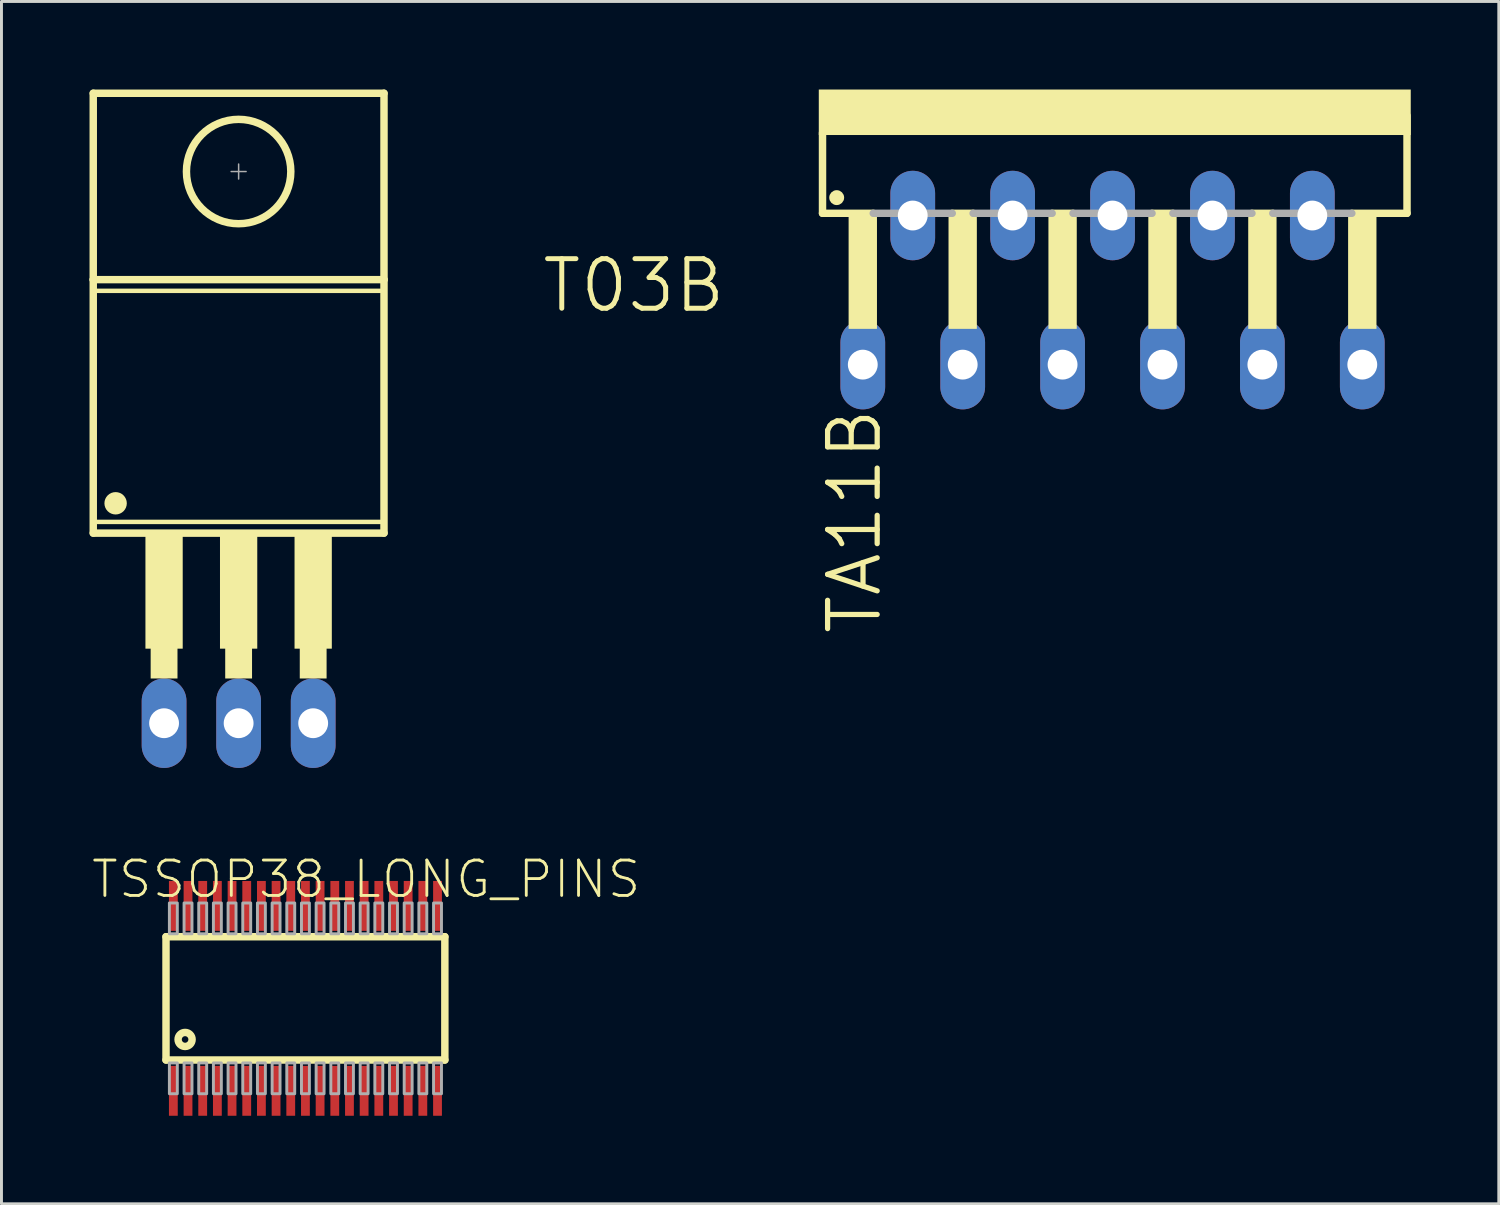
<source format=kicad_pcb>
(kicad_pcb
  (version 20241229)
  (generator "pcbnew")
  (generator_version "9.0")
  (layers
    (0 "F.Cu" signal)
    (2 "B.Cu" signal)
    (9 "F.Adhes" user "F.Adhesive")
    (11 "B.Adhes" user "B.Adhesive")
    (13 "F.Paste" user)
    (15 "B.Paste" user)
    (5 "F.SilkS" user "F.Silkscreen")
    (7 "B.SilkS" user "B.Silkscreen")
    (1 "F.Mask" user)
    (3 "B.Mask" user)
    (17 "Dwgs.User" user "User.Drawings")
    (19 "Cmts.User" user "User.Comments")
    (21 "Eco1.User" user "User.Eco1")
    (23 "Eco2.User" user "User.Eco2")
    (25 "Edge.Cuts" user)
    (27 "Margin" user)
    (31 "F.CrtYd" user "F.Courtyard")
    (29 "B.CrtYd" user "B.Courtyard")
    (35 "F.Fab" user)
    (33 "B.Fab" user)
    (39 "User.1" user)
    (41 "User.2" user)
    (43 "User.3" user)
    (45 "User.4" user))
  (footprint "TSSOP38_LONG_PINS"
    (layer "F.Cu")
    (at 7.356 30.964)
    (property "Reference" "TSSOP38_LONG_PINS" (at -7.356 -3.354 0) (layer "F.SilkS") (effects (font (size 1.206 1.206) (thickness 0.097)) (justify left bottom)))
    (attr through_hole)
    (fp_line (start -4.75 -2.1) (end -4.75 2.1) (stroke (width 0.254) (type solid)) (layer "F.SilkS"))
    (fp_line (start -4.75 2.1) (end 4.75 2.1) (stroke (width 0.254) (type solid)) (layer "F.SilkS"))
    (fp_line (start 4.75 -2.1) (end -4.75 -2.1) (stroke (width 0.254) (type solid)) (layer "F.SilkS"))
    (fp_line (start 4.75 2.1) (end 4.75 -2.1) (stroke (width 0.254) (type solid)) (layer "F.SilkS"))
    (fp_circle (center -4.1 1.4) (end -3.988 1.4) (stroke (width 0.254) (type solid)) (fill no) (layer "F.SilkS"))
    (fp_poly (pts (xy -4.635 3.25) (xy -4.365 3.25) (xy -4.365 2.2) (xy -4.635 2.2)) (stroke (width 0.1) (type solid)) (fill no) (layer "F.Fab"))
    (fp_poly (pts (xy -4.365 -3.25) (xy -4.635 -3.25) (xy -4.635 -2.2) (xy -4.365 -2.2)) (stroke (width 0.1) (type solid)) (fill no) (layer "F.Fab"))
    (fp_poly (pts (xy -4.135 3.25) (xy -3.865 3.25) (xy -3.865 2.2) (xy -4.135 2.2)) (stroke (width 0.1) (type solid)) (fill no) (layer "F.Fab"))
    (fp_poly (pts (xy -3.865 -3.25) (xy -4.135 -3.25) (xy -4.135 -2.2) (xy -3.865 -2.2)) (stroke (width 0.1) (type solid)) (fill no) (layer "F.Fab"))
    (fp_poly (pts (xy -3.635 3.25) (xy -3.365 3.25) (xy -3.365 2.2) (xy -3.635 2.2)) (stroke (width 0.1) (type solid)) (fill no) (layer "F.Fab"))
    (fp_poly (pts (xy -3.365 -3.25) (xy -3.635 -3.25) (xy -3.635 -2.2) (xy -3.365 -2.2)) (stroke (width 0.1) (type solid)) (fill no) (layer "F.Fab"))
    (fp_poly (pts (xy -3.135 3.25) (xy -2.865 3.25) (xy -2.865 2.2) (xy -3.135 2.2)) (stroke (width 0.1) (type solid)) (fill no) (layer "F.Fab"))
    (fp_poly (pts (xy -2.865 -3.25) (xy -3.135 -3.25) (xy -3.135 -2.2) (xy -2.865 -2.2)) (stroke (width 0.1) (type solid)) (fill no) (layer "F.Fab"))
    (fp_poly (pts (xy -2.635 3.25) (xy -2.365 3.25) (xy -2.365 2.2) (xy -2.635 2.2)) (stroke (width 0.1) (type solid)) (fill no) (layer "F.Fab"))
    (fp_poly (pts (xy -2.365 -3.25) (xy -2.635 -3.25) (xy -2.635 -2.2) (xy -2.365 -2.2)) (stroke (width 0.1) (type solid)) (fill no) (layer "F.Fab"))
    (fp_poly (pts (xy -2.135 3.25) (xy -1.865 3.25) (xy -1.865 2.2) (xy -2.135 2.2)) (stroke (width 0.1) (type solid)) (fill no) (layer "F.Fab"))
    (fp_poly (pts (xy -1.865 -3.25) (xy -2.135 -3.25) (xy -2.135 -2.2) (xy -1.865 -2.2)) (stroke (width 0.1) (type solid)) (fill no) (layer "F.Fab"))
    (fp_poly (pts (xy -1.635 3.25) (xy -1.365 3.25) (xy -1.365 2.2) (xy -1.635 2.2)) (stroke (width 0.1) (type solid)) (fill no) (layer "F.Fab"))
    (fp_poly (pts (xy -1.365 -3.25) (xy -1.635 -3.25) (xy -1.635 -2.2) (xy -1.365 -2.2)) (stroke (width 0.1) (type solid)) (fill no) (layer "F.Fab"))
    (fp_poly (pts (xy -1.135 3.25) (xy -0.865 3.25) (xy -0.865 2.2) (xy -1.135 2.2)) (stroke (width 0.1) (type solid)) (fill no) (layer "F.Fab"))
    (fp_poly (pts (xy -0.865 -3.25) (xy -1.135 -3.25) (xy -1.135 -2.2) (xy -0.865 -2.2)) (stroke (width 0.1) (type solid)) (fill no) (layer "F.Fab"))
    (fp_poly (pts (xy -0.635 3.25) (xy -0.365 3.25) (xy -0.365 2.2) (xy -0.635 2.2)) (stroke (width 0.1) (type solid)) (fill no) (layer "F.Fab"))
    (fp_poly (pts (xy -0.365 -3.25) (xy -0.635 -3.25) (xy -0.635 -2.2) (xy -0.365 -2.2)) (stroke (width 0.1) (type solid)) (fill no) (layer "F.Fab"))
    (fp_poly (pts (xy -0.135 3.25) (xy 0.135 3.25) (xy 0.135 2.2) (xy -0.135 2.2)) (stroke (width 0.1) (type solid)) (fill no) (layer "F.Fab"))
    (fp_poly (pts (xy 0.135 -3.25) (xy -0.135 -3.25) (xy -0.135 -2.2) (xy 0.135 -2.2)) (stroke (width 0.1) (type solid)) (fill no) (layer "F.Fab"))
    (fp_poly (pts (xy 0.365 3.25) (xy 0.635 3.25) (xy 0.635 2.2) (xy 0.365 2.2)) (stroke (width 0.1) (type solid)) (fill no) (layer "F.Fab"))
    (fp_poly (pts (xy 0.635 -3.25) (xy 0.365 -3.25) (xy 0.365 -2.2) (xy 0.635 -2.2)) (stroke (width 0.1) (type solid)) (fill no) (layer "F.Fab"))
    (fp_poly (pts (xy 0.865 3.25) (xy 1.135 3.25) (xy 1.135 2.2) (xy 0.865 2.2)) (stroke (width 0.1) (type solid)) (fill no) (layer "F.Fab"))
    (fp_poly (pts (xy 1.135 -3.25) (xy 0.865 -3.25) (xy 0.865 -2.2) (xy 1.135 -2.2)) (stroke (width 0.1) (type solid)) (fill no) (layer "F.Fab"))
    (fp_poly (pts (xy 1.365 3.25) (xy 1.635 3.25) (xy 1.635 2.2) (xy 1.365 2.2)) (stroke (width 0.1) (type solid)) (fill no) (layer "F.Fab"))
    (fp_poly (pts (xy 1.635 -3.25) (xy 1.365 -3.25) (xy 1.365 -2.2) (xy 1.635 -2.2)) (stroke (width 0.1) (type solid)) (fill no) (layer "F.Fab"))
    (fp_poly (pts (xy 1.865 3.25) (xy 2.135 3.25) (xy 2.135 2.2) (xy 1.865 2.2)) (stroke (width 0.1) (type solid)) (fill no) (layer "F.Fab"))
    (fp_poly (pts (xy 2.135 -3.25) (xy 1.865 -3.25) (xy 1.865 -2.2) (xy 2.135 -2.2)) (stroke (width 0.1) (type solid)) (fill no) (layer "F.Fab"))
    (fp_poly (pts (xy 2.365 3.25) (xy 2.635 3.25) (xy 2.635 2.2) (xy 2.365 2.2)) (stroke (width 0.1) (type solid)) (fill no) (layer "F.Fab"))
    (fp_poly (pts (xy 2.635 -3.25) (xy 2.365 -3.25) (xy 2.365 -2.2) (xy 2.635 -2.2)) (stroke (width 0.1) (type solid)) (fill no) (layer "F.Fab"))
    (fp_poly (pts (xy 2.865 3.25) (xy 3.135 3.25) (xy 3.135 2.2) (xy 2.865 2.2)) (stroke (width 0.1) (type solid)) (fill no) (layer "F.Fab"))
    (fp_poly (pts (xy 3.135 -3.25) (xy 2.865 -3.25) (xy 2.865 -2.2) (xy 3.135 -2.2)) (stroke (width 0.1) (type solid)) (fill no) (layer "F.Fab"))
    (fp_poly (pts (xy 3.365 3.25) (xy 3.635 3.25) (xy 3.635 2.2) (xy 3.365 2.2)) (stroke (width 0.1) (type solid)) (fill no) (layer "F.Fab"))
    (fp_poly (pts (xy 3.635 -3.25) (xy 3.365 -3.25) (xy 3.365 -2.2) (xy 3.635 -2.2)) (stroke (width 0.1) (type solid)) (fill no) (layer "F.Fab"))
    (fp_poly (pts (xy 3.865 3.25) (xy 4.135 3.25) (xy 4.135 2.2) (xy 3.865 2.2)) (stroke (width 0.1) (type solid)) (fill no) (layer "F.Fab"))
    (fp_poly (pts (xy 4.135 -3.25) (xy 3.865 -3.25) (xy 3.865 -2.2) (xy 4.135 -2.2)) (stroke (width 0.1) (type solid)) (fill no) (layer "F.Fab"))
    (fp_poly (pts (xy 4.365 3.25) (xy 4.635 3.25) (xy 4.635 2.2) (xy 4.365 2.2)) (stroke (width 0.1) (type solid)) (fill no) (layer "F.Fab"))
    (fp_poly (pts (xy 4.635 -3.25) (xy 4.365 -3.25) (xy 4.365 -2.2) (xy 4.635 -2.2)) (stroke (width 0.1) (type solid)) (fill no) (layer "F.Fab"))
    (pad "1" smd rect (at -4.5 3.15) (size 0.3 1.7) (layers "F.Cu" "F.Mask" "F.Paste"))
    (pad "2" smd rect (at -4 3.15) (size 0.3 1.7) (layers "F.Cu" "F.Mask" "F.Paste"))
    (pad "3" smd rect (at -3.5 3.15) (size 0.3 1.7) (layers "F.Cu" "F.Mask" "F.Paste"))
    (pad "4" smd rect (at -3 3.15) (size 0.3 1.7) (layers "F.Cu" "F.Mask" "F.Paste"))
    (pad "5" smd rect (at -2.5 3.15) (size 0.3 1.7) (layers "F.Cu" "F.Mask" "F.Paste"))
    (pad "6" smd rect (at -2 3.15) (size 0.3 1.7) (layers "F.Cu" "F.Mask" "F.Paste"))
    (pad "7" smd rect (at -1.5 3.15) (size 0.3 1.7) (layers "F.Cu" "F.Mask" "F.Paste"))
    (pad "8" smd rect (at -1 3.15) (size 0.3 1.7) (layers "F.Cu" "F.Mask" "F.Paste"))
    (pad "9" smd rect (at -0.5 3.15) (size 0.3 1.7) (layers "F.Cu" "F.Mask" "F.Paste"))
    (pad "10" smd rect (at 0 3.15) (size 0.3 1.7) (layers "F.Cu" "F.Mask" "F.Paste"))
    (pad "11" smd rect (at 0.5 3.15) (size 0.3 1.7) (layers "F.Cu" "F.Mask" "F.Paste"))
    (pad "12" smd rect (at 1 3.15) (size 0.3 1.7) (layers "F.Cu" "F.Mask" "F.Paste"))
    (pad "13" smd rect (at 1.5 3.15) (size 0.3 1.7) (layers "F.Cu" "F.Mask" "F.Paste"))
    (pad "14" smd rect (at 2 3.15) (size 0.3 1.7) (layers "F.Cu" "F.Mask" "F.Paste"))
    (pad "15" smd rect (at 2.5 3.15) (size 0.3 1.7) (layers "F.Cu" "F.Mask" "F.Paste"))
    (pad "16" smd rect (at 3 3.15) (size 0.3 1.7) (layers "F.Cu" "F.Mask" "F.Paste"))
    (pad "17" smd rect (at 3.5 3.15) (size 0.3 1.7) (layers "F.Cu" "F.Mask" "F.Paste"))
    (pad "18" smd rect (at 4 3.15) (size 0.3 1.7) (layers "F.Cu" "F.Mask" "F.Paste"))
    (pad "19" smd rect (at 4.5 3.15) (size 0.3 1.7) (layers "F.Cu" "F.Mask" "F.Paste"))
    (pad "20" smd rect (at 4.5 -3.15 180) (size 0.3 1.7) (layers "F.Cu" "F.Mask" "F.Paste"))
    (pad "21" smd rect (at 4 -3.15 180) (size 0.3 1.7) (layers "F.Cu" "F.Mask" "F.Paste"))
    (pad "22" smd rect (at 3.5 -3.15 180) (size 0.3 1.7) (layers "F.Cu" "F.Mask" "F.Paste"))
    (pad "23" smd rect (at 3 -3.15 180) (size 0.3 1.7) (layers "F.Cu" "F.Mask" "F.Paste"))
    (pad "24" smd rect (at 2.5 -3.15 180) (size 0.3 1.7) (layers "F.Cu" "F.Mask" "F.Paste"))
    (pad "25" smd rect (at 2 -3.15 180) (size 0.3 1.7) (layers "F.Cu" "F.Mask" "F.Paste"))
    (pad "26" smd rect (at 1.5 -3.15 180) (size 0.3 1.7) (layers "F.Cu" "F.Mask" "F.Paste"))
    (pad "27" smd rect (at 1 -3.15 180) (size 0.3 1.7) (layers "F.Cu" "F.Mask" "F.Paste"))
    (pad "28" smd rect (at 0.5 -3.15 180) (size 0.3 1.7) (layers "F.Cu" "F.Mask" "F.Paste"))
    (pad "29" smd rect (at 0 -3.15 180) (size 0.3 1.7) (layers "F.Cu" "F.Mask" "F.Paste"))
    (pad "30" smd rect (at -0.5 -3.15 180) (size 0.3 1.7) (layers "F.Cu" "F.Mask" "F.Paste"))
    (pad "31" smd rect (at -1 -3.15 180) (size 0.3 1.7) (layers "F.Cu" "F.Mask" "F.Paste"))
    (pad "32" smd rect (at -1.5 -3.15 180) (size 0.3 1.7) (layers "F.Cu" "F.Mask" "F.Paste"))
    (pad "33" smd rect (at -2 -3.15 180) (size 0.3 1.7) (layers "F.Cu" "F.Mask" "F.Paste"))
    (pad "34" smd rect (at -2.5 -3.15 180) (size 0.3 1.7) (layers "F.Cu" "F.Mask" "F.Paste"))
    (pad "35" smd rect (at -3 -3.15 180) (size 0.3 1.7) (layers "F.Cu" "F.Mask" "F.Paste"))
    (pad "36" smd rect (at -3.5 -3.15 180) (size 0.3 1.7) (layers "F.Cu" "F.Mask" "F.Paste"))
    (pad "37" smd rect (at -4 -3.15 180) (size 0.3 1.7) (layers "F.Cu" "F.Mask" "F.Paste"))
    (pad "38" smd rect (at -4.5 -3.15 180) (size 0.3 1.7) (layers "F.Cu" "F.Mask" "F.Paste")))
  (footprint "T03B"
    (layer "F.Cu")
    (at 5.08 10.16)
    (property "Reference" "T03B" (at 10.255 -2.493 0) (layer "F.SilkS") (effects (font (size 1.689 1.689) (thickness 0.169)) (justify left bottom)))
    (attr through_hole)
    (fp_line (start -4.953 -10.033) (end 4.953 -10.033) (stroke (width 0.254) (type solid)) (layer "F.SilkS"))
    (fp_line (start -4.953 -3.683) (end -4.953 -10.033) (stroke (width 0.254) (type solid)) (layer "F.SilkS"))
    (fp_line (start -4.953 -3.683) (end 4.953 -3.683) (stroke (width 0.254) (type solid)) (layer "F.SilkS"))
    (fp_line (start -4.953 4.953) (end -4.953 -3.683) (stroke (width 0.254) (type solid)) (layer "F.SilkS"))
    (fp_line (start -4.826 -3.302) (end 4.826 -3.302) (stroke (width 0.152) (type solid)) (layer "F.SilkS"))
    (fp_line (start -4.826 4.572) (end 4.826 4.572) (stroke (width 0.152) (type solid)) (layer "F.SilkS"))
    (fp_line (start 4.953 -10.033) (end 4.953 -3.683) (stroke (width 0.254) (type solid)) (layer "F.SilkS"))
    (fp_line (start 4.953 -3.683) (end 4.953 4.953) (stroke (width 0.254) (type solid)) (layer "F.SilkS"))
    (fp_line (start 4.953 4.953) (end -4.953 4.953) (stroke (width 0.254) (type solid)) (layer "F.SilkS"))
    (fp_circle (center -4.191 3.937) (end -4 3.937) (stroke (width 0.381) (type solid)) (fill no) (layer "F.SilkS"))
    (fp_circle (center 0 -7.366) (end 1.778 -7.366) (stroke (width 0.254) (type solid)) (fill no) (layer "F.SilkS"))
    (fp_poly (pts (xy -3.175 8.89) (xy -1.905 8.89) (xy -1.905 5.029) (xy -3.175 5.029)) (stroke (width 0) (type solid)) (fill yes) (layer "F.SilkS"))
    (fp_poly (pts (xy -2.997 9.906) (xy -2.083 9.906) (xy -2.083 8.839) (xy -2.997 8.839)) (stroke (width 0) (type solid)) (fill yes) (layer "F.SilkS"))
    (fp_poly (pts (xy -0.635 8.89) (xy 0.635 8.89) (xy 0.635 5.029) (xy -0.635 5.029)) (stroke (width 0) (type solid)) (fill yes) (layer "F.SilkS"))
    (fp_poly (pts (xy -0.457 9.906) (xy 0.457 9.906) (xy 0.457 8.839) (xy -0.457 8.839)) (stroke (width 0) (type solid)) (fill yes) (layer "F.SilkS"))
    (fp_poly (pts (xy 1.905 8.89) (xy 3.175 8.89) (xy 3.175 5.029) (xy 1.905 5.029)) (stroke (width 0) (type solid)) (fill yes) (layer "F.SilkS"))
    (fp_poly (pts (xy 2.083 9.906) (xy 2.997 9.906) (xy 2.997 8.839) (xy 2.083 8.839)) (stroke (width 0) (type solid)) (fill yes) (layer "F.SilkS"))
    (fp_line (start -0.254 -7.366) (end 0.254 -7.366) (stroke (width 0.051) (type solid)) (layer "F.Fab"))
    (fp_line (start 0 -7.62) (end 0 -7.112) (stroke (width 0.051) (type solid)) (layer "F.Fab"))
    (pad "1" thru_hole oval (at -2.54 11.43 90) (size 3.048 1.524) (drill 1.016) (layers "*.Cu" "*.Mask"))
    (pad "2" thru_hole oval (at 0 11.43 90) (size 3.048 1.524) (drill 1.016) (layers "*.Cu" "*.Mask"))
    (pad "3" thru_hole oval (at 2.54 11.43 90) (size 3.048 1.524) (drill 1.016) (layers "*.Cu" "*.Mask")))
  (footprint "TA11B"
    (layer "F.Cu")
    (at 34.854 1.753)
    (property "Reference" "TA11B" (at -9.779 9.017 90) (layer "F.SilkS") (effects (font (size 1.689 1.689) (thickness 0.178)) (justify right top)))
    (attr through_hole)
    (fp_line (start -9.881 -0.279) (end -9.881 2.464) (stroke (width 0.254) (type solid)) (layer "F.SilkS"))
    (fp_line (start -9.881 2.464) (end -8.153 2.464) (stroke (width 0.254) (type solid)) (layer "F.SilkS"))
    (fp_line (start -5.461 2.464) (end -4.75 2.464) (stroke (width 0.254) (type solid)) (layer "F.SilkS"))
    (fp_line (start -2.057 2.464) (end -1.346 2.464) (stroke (width 0.254) (type solid)) (layer "F.SilkS"))
    (fp_line (start 1.346 2.464) (end 2.057 2.464) (stroke (width 0.254) (type solid)) (layer "F.SilkS"))
    (fp_line (start 4.75 2.464) (end 5.461 2.464) (stroke (width 0.254) (type solid)) (layer "F.SilkS"))
    (fp_line (start 8.153 2.464) (end 10.033 2.464) (stroke (width 0.254) (type solid)) (layer "F.SilkS"))
    (fp_line (start 10.033 2.464) (end 10.033 -0.864) (stroke (width 0.254) (type solid)) (layer "F.SilkS"))
    (fp_circle (center -9.398 1.93) (end -9.271 1.93) (stroke (width 0.254) (type solid)) (fill no) (layer "F.SilkS"))
    (fp_poly (pts (xy -10.008 -0.203) (xy 10.16 -0.203) (xy 10.16 -1.753) (xy -10.008 -1.753)) (stroke (width 0) (type solid)) (fill yes) (layer "F.SilkS"))
    (fp_poly (pts (xy -8.992 6.401) (xy -8.026 6.401) (xy -8.026 2.54) (xy -8.992 2.54)) (stroke (width 0) (type solid)) (fill yes) (layer "F.SilkS"))
    (fp_poly (pts (xy -5.588 6.401) (xy -4.623 6.401) (xy -4.623 2.54) (xy -5.588 2.54)) (stroke (width 0) (type solid)) (fill yes) (layer "F.SilkS"))
    (fp_poly (pts (xy -2.184 6.401) (xy -1.219 6.401) (xy -1.219 2.54) (xy -2.184 2.54)) (stroke (width 0) (type solid)) (fill yes) (layer "F.SilkS"))
    (fp_poly (pts (xy 1.219 6.401) (xy 2.184 6.401) (xy 2.184 2.54) (xy 1.219 2.54)) (stroke (width 0) (type solid)) (fill yes) (layer "F.SilkS"))
    (fp_poly (pts (xy 4.623 6.401) (xy 5.588 6.401) (xy 5.588 2.54) (xy 4.623 2.54)) (stroke (width 0) (type solid)) (fill yes) (layer "F.SilkS"))
    (fp_poly (pts (xy 8.026 6.401) (xy 8.992 6.401) (xy 8.992 2.54) (xy 8.026 2.54)) (stroke (width 0) (type solid)) (fill yes) (layer "F.SilkS"))
    (fp_line (start -8.153 2.464) (end -5.461 2.464) (stroke (width 0.254) (type solid)) (layer "F.Fab"))
    (fp_line (start -4.75 2.464) (end -2.057 2.464) (stroke (width 0.254) (type solid)) (layer "F.Fab"))
    (fp_line (start -1.346 2.464) (end 1.346 2.464) (stroke (width 0.254) (type solid)) (layer "F.Fab"))
    (fp_line (start 2.057 2.464) (end 4.75 2.464) (stroke (width 0.254) (type solid)) (layer "F.Fab"))
    (fp_line (start 5.461 2.464) (end 8.153 2.464) (stroke (width 0.254) (type solid)) (layer "F.Fab"))
    (pad "1" thru_hole oval (at -8.509 7.62 90) (size 3.048 1.524) (drill 1.016) (layers "*.Cu" "*.Mask"))
    (pad "2" thru_hole oval (at -6.807 2.54 90) (size 3.048 1.524) (drill 1.016) (layers "*.Cu" "*.Mask"))
    (pad "3" thru_hole oval (at -5.105 7.62 90) (size 3.048 1.524) (drill 1.016) (layers "*.Cu" "*.Mask"))
    (pad "4" thru_hole oval (at -3.404 2.54 90) (size 3.048 1.524) (drill 1.016) (layers "*.Cu" "*.Mask"))
    (pad "5" thru_hole oval (at -1.702 7.62 90) (size 3.048 1.524) (drill 1.016) (layers "*.Cu" "*.Mask"))
    (pad "6" thru_hole oval (at 0 2.54 90) (size 3.048 1.524) (drill 1.016) (layers "*.Cu" "*.Mask"))
    (pad "7" thru_hole oval (at 1.702 7.62 90) (size 3.048 1.524) (drill 1.016) (layers "*.Cu" "*.Mask"))
    (pad "8" thru_hole oval (at 3.404 2.54 90) (size 3.048 1.524) (drill 1.016) (layers "*.Cu" "*.Mask"))
    (pad "9" thru_hole oval (at 5.105 7.62 90) (size 3.048 1.524) (drill 1.016) (layers "*.Cu" "*.Mask"))
    (pad "10" thru_hole oval (at 6.807 2.54 90) (size 3.048 1.524) (drill 1.016) (layers "*.Cu" "*.Mask"))
    (pad "11" thru_hole oval (at 8.509 7.62 90) (size 3.048 1.524) (drill 1.016) (layers "*.Cu" "*.Mask")))
  (gr_rect
    (start -3 -3)
    (end 48.014 37.964)
    (stroke (width 0.1) (type default))
    (fill no)
    (layer "Edge.Cuts")))
</source>
